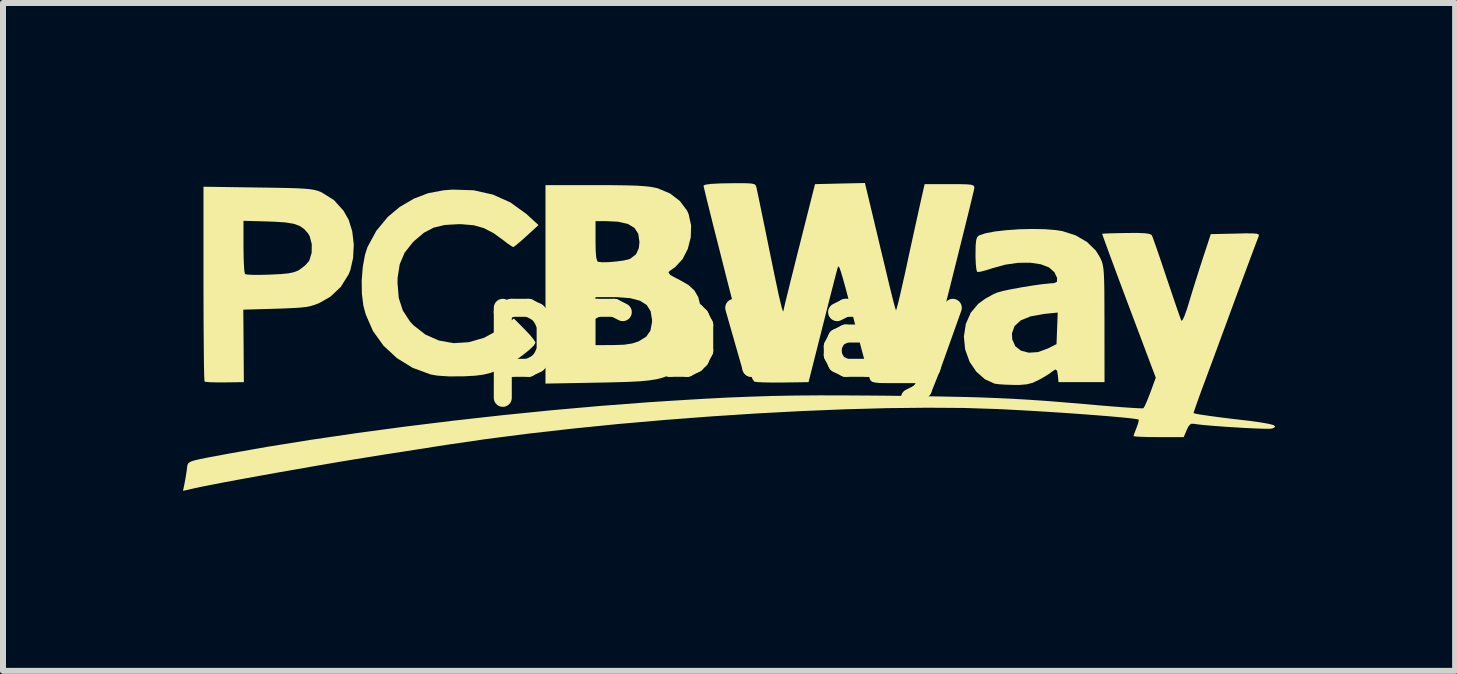
<source format=kicad_pcb>
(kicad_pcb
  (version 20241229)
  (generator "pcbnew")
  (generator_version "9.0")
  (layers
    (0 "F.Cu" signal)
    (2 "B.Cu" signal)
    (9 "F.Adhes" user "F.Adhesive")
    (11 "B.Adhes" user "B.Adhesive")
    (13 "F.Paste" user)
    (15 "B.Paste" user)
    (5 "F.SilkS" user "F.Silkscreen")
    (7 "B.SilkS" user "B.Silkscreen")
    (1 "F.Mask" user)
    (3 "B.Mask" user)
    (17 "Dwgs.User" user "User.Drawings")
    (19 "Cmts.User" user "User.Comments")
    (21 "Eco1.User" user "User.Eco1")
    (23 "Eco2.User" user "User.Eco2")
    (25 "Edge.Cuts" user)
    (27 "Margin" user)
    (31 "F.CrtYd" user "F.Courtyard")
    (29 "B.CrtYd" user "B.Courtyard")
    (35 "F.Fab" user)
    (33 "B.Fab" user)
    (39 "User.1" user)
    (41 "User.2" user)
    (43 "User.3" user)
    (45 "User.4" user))
  (footprint "pcbway"
    (layer "F.Cu")
    (at 9.008 2.402)
    (property "Reference" "pcbway" (at 0 0 0) (layer "F.SilkS") (effects (font (size 1.5 1.5) (thickness 0.3))))
    (attr board_only exclude_from_pos_files exclude_from_bom)
    (fp_poly (pts (xy -7.758 -2.327) (xy -7.485 -2.323) (xy -7.27 -2.319) (xy -7.104 -2.314) (xy -6.979 -2.307) (xy -6.886 -2.298) (xy -6.815 -2.286) (xy -6.76 -2.271) (xy -6.709 -2.251) (xy -6.697 -2.245) (xy -6.493 -2.118) (xy -6.333 -1.94) (xy -6.248 -1.791) (xy -6.188 -1.599) (xy -6.162 -1.379) (xy -6.173 -1.154) (xy -6.219 -0.951) (xy -6.246 -0.883) (xy -6.378 -0.671) (xy -6.552 -0.507) (xy -6.725 -0.408) (xy -6.801 -0.376) (xy -6.875 -0.353) (xy -6.96 -0.336) (xy -7.069 -0.324) (xy -7.216 -0.316) (xy -7.414 -0.308) (xy -7.456 -0.307) (xy -8.003 -0.291) (xy -7.998 0.313) (xy -7.994 0.917) (xy -8.312 0.921) (xy -8.451 0.921) (xy -8.564 0.918) (xy -8.634 0.911) (xy -8.649 0.907) (xy -8.652 0.871) (xy -8.656 0.775) (xy -8.659 0.625) (xy -8.661 0.428) (xy -8.663 0.191) (xy -8.665 -0.081) (xy -8.666 -0.38) (xy -8.667 -0.7) (xy -8.667 -0.725) (xy -8.667 -1.342) (xy -8 -1.342) (xy -7.998 -1.178) (xy -7.993 -1.039) (xy -7.986 -0.938) (xy -7.976 -0.887) (xy -7.975 -0.885) (xy -7.934 -0.876) (xy -7.84 -0.871) (xy -7.708 -0.871) (xy -7.562 -0.875) (xy -7.382 -0.884) (xy -7.254 -0.896) (xy -7.163 -0.915) (xy -7.094 -0.941) (xy -7.06 -0.961) (xy -6.973 -1.028) (xy -6.908 -1.102) (xy -6.902 -1.113) (xy -6.864 -1.239) (xy -6.862 -1.382) (xy -6.896 -1.513) (xy -6.923 -1.561) (xy -6.988 -1.634) (xy -7.064 -1.687) (xy -7.164 -1.723) (xy -7.301 -1.745) (xy -7.485 -1.757) (xy -7.592 -1.761) (xy -8 -1.772) (xy -8 -1.342) (xy -8.667 -1.342) (xy -8.667 -2.34)) (stroke (width 0) (type solid)) (fill yes) (layer "F.SilkS"))
    (fp_poly (pts (xy -4.165 -2.281) (xy -3.844 -2.209) (xy -3.551 -2.078) (xy -3.285 -1.886) (xy -3.259 -1.862) (xy -3.083 -1.701) (xy -3.283 -1.518) (xy -3.378 -1.433) (xy -3.455 -1.369) (xy -3.499 -1.336) (xy -3.504 -1.334) (xy -3.539 -1.353) (xy -3.608 -1.401) (xy -3.654 -1.437) (xy -3.833 -1.567) (xy -3.996 -1.651) (xy -4.164 -1.698) (xy -4.361 -1.715) (xy -4.417 -1.716) (xy -4.645 -1.703) (xy -4.831 -1.658) (xy -4.993 -1.573) (xy -5.15 -1.441) (xy -5.183 -1.408) (xy -5.315 -1.239) (xy -5.396 -1.049) (xy -5.431 -0.825) (xy -5.433 -0.733) (xy -5.412 -0.484) (xy -5.344 -0.276) (xy -5.226 -0.095) (xy -5.167 -0.031) (xy -4.967 0.125) (xy -4.74 0.224) (xy -4.496 0.267) (xy -4.244 0.251) (xy -3.992 0.178) (xy -3.75 0.047) (xy -3.699 0.011) (xy -3.494 -0.144) (xy -3.315 0.036) (xy -3.228 0.128) (xy -3.165 0.205) (xy -3.135 0.253) (xy -3.134 0.257) (xy -3.16 0.305) (xy -3.232 0.375) (xy -3.336 0.459) (xy -3.458 0.547) (xy -3.588 0.629) (xy -3.71 0.695) (xy -3.765 0.72) (xy -3.884 0.763) (xy -3.999 0.791) (xy -4.133 0.809) (xy -4.307 0.819) (xy -4.35 0.82) (xy -4.582 0.821) (xy -4.771 0.808) (xy -4.883 0.788) (xy -5.181 0.678) (xy -5.444 0.516) (xy -5.666 0.31) (xy -5.842 0.065) (xy -5.963 -0.212) (xy -6.002 -0.357) (xy -6.027 -0.556) (xy -6.03 -0.779) (xy -6.012 -1.003) (xy -5.975 -1.205) (xy -5.934 -1.333) (xy -5.787 -1.604) (xy -5.595 -1.837) (xy -5.396 -2.003) (xy -5.159 -2.142) (xy -4.923 -2.232) (xy -4.662 -2.281) (xy -4.515 -2.292)) (stroke (width 0) (type solid)) (fill yes) (layer "F.SilkS"))
    (fp_poly (pts (xy -1.848 -2.366) (xy -1.626 -2.363) (xy -1.453 -2.358) (xy -1.319 -2.349) (xy -1.214 -2.338) (xy -1.131 -2.322) (xy -1.095 -2.313) (xy -0.892 -2.228) (xy -0.726 -2.101) (xy -0.608 -1.943) (xy -0.581 -1.883) (xy -0.54 -1.695) (xy -0.546 -1.497) (xy -0.595 -1.304) (xy -0.682 -1.134) (xy -0.802 -1.004) (xy -0.831 -0.983) (xy -0.897 -0.936) (xy -0.93 -0.903) (xy -0.931 -0.9) (xy -0.902 -0.878) (xy -0.829 -0.837) (xy -0.727 -0.784) (xy -0.725 -0.783) (xy -0.585 -0.703) (xy -0.486 -0.612) (xy -0.42 -0.498) (xy -0.383 -0.349) (xy -0.368 -0.152) (xy -0.367 -0.051) (xy -0.368 0.106) (xy -0.375 0.215) (xy -0.39 0.294) (xy -0.417 0.361) (xy -0.46 0.435) (xy -0.462 0.437) (xy -0.552 0.548) (xy -0.67 0.655) (xy -0.728 0.696) (xy -0.824 0.756) (xy -0.915 0.803) (xy -1.008 0.84) (xy -1.114 0.868) (xy -1.241 0.888) (xy -1.4 0.903) (xy -1.599 0.913) (xy -1.848 0.92) (xy -2.092 0.925) (xy -2.967 0.941) (xy -2.967 -0.1) (xy -2.133 -0.1) (xy -2.133 0.3) (xy -1.842 0.299) (xy -1.658 0.293) (xy -1.521 0.272) (xy -1.411 0.236) (xy -1.411 0.235) (xy -1.288 0.159) (xy -1.218 0.058) (xy -1.192 -0.082) (xy -1.192 -0.127) (xy -1.214 -0.264) (xy -1.279 -0.368) (xy -1.392 -0.44) (xy -1.557 -0.483) (xy -1.779 -0.5) (xy -1.832 -0.5) (xy -2.133 -0.5) (xy -2.133 -0.1) (xy -2.967 -0.1) (xy -2.967 -0.713) (xy -2.967 -1.436) (xy -2.133 -1.436) (xy -2.13 -1.266) (xy -2.12 -1.155) (xy -2.103 -1.099) (xy -2.092 -1.09) (xy -2.024 -1.081) (xy -1.915 -1.083) (xy -1.788 -1.094) (xy -1.667 -1.11) (xy -1.578 -1.13) (xy -1.554 -1.14) (xy -1.458 -1.214) (xy -1.411 -1.317) (xy -1.401 -1.418) (xy -1.42 -1.554) (xy -1.484 -1.654) (xy -1.596 -1.721) (xy -1.761 -1.757) (xy -1.942 -1.766) (xy -2.133 -1.767) (xy -2.133 -1.436) (xy -2.967 -1.436) (xy -2.967 -2.367) (xy -2.127 -2.367)) (stroke (width 0) (type solid)) (fill yes) (layer "F.SilkS"))
    (fp_poly (pts (xy 5.358 -1.632) (xy 5.543 -1.617) (xy 5.648 -1.6) (xy 5.868 -1.53) (xy 6.058 -1.419) (xy 6.203 -1.278) (xy 6.263 -1.183) (xy 6.288 -1.134) (xy 6.307 -1.088) (xy 6.321 -1.036) (xy 6.332 -0.971) (xy 6.339 -0.883) (xy 6.344 -0.765) (xy 6.347 -0.608) (xy 6.348 -0.404) (xy 6.349 -0.144) (xy 6.349 -0.05) (xy 6.35 0.917) (xy 5.967 0.917) (xy 5.583 0.917) (xy 5.573 0.808) (xy 5.559 0.726) (xy 5.532 0.705) (xy 5.481 0.737) (xy 5.469 0.747) (xy 5.411 0.789) (xy 5.317 0.845) (xy 5.253 0.88) (xy 5.152 0.928) (xy 5.055 0.953) (xy 4.937 0.963) (xy 4.837 0.963) (xy 4.705 0.959) (xy 4.593 0.952) (xy 4.522 0.943) (xy 4.518 0.942) (xy 4.358 0.87) (xy 4.214 0.743) (xy 4.102 0.579) (xy 4.027 0.371) (xy 4.006 0.156) (xy 4.014 0.105) (xy 4.807 0.105) (xy 4.813 0.206) (xy 4.863 0.319) (xy 4.959 0.393) (xy 5.089 0.426) (xy 5.24 0.416) (xy 5.401 0.358) (xy 5.55 0.283) (xy 5.56 0.02) (xy 5.57 -0.243) (xy 5.343 -0.22) (xy 5.119 -0.18) (xy 4.954 -0.113) (xy 4.85 -0.017) (xy 4.807 0.105) (xy 4.014 0.105) (xy 4.038 -0.053) (xy 4.121 -0.241) (xy 4.246 -0.389) (xy 4.364 -0.475) (xy 4.5 -0.55) (xy 4.564 -0.577) (xy 4.662 -0.604) (xy 4.806 -0.634) (xy 4.977 -0.665) (xy 5.156 -0.694) (xy 5.322 -0.717) (xy 5.456 -0.73) (xy 5.508 -0.733) (xy 5.557 -0.756) (xy 5.56 -0.819) (xy 5.517 -0.911) (xy 5.514 -0.916) (xy 5.425 -0.995) (xy 5.286 -1.048) (xy 5.11 -1.074) (xy 4.909 -1.072) (xy 4.695 -1.041) (xy 4.503 -0.988) (xy 4.383 -0.95) (xy 4.287 -0.925) (xy 4.233 -0.919) (xy 4.228 -0.92) (xy 4.215 -0.959) (xy 4.205 -1.048) (xy 4.2 -1.17) (xy 4.2 -1.217) (xy 4.202 -1.36) (xy 4.211 -1.449) (xy 4.228 -1.501) (xy 4.257 -1.527) (xy 4.258 -1.528) (xy 4.364 -1.564) (xy 4.522 -1.594) (xy 4.715 -1.616) (xy 4.929 -1.631) (xy 5.148 -1.636)) (stroke (width 0) (type solid)) (fill yes) (layer "F.SilkS"))
    (fp_poly (pts (xy 2.499 -1.809) (xy 2.555 -1.575) (xy 2.615 -1.321) (xy 2.675 -1.072) (xy 2.728 -0.851) (xy 2.75 -0.756) (xy 2.791 -0.59) (xy 2.826 -0.449) (xy 2.854 -0.344) (xy 2.872 -0.287) (xy 2.875 -0.281) (xy 2.885 -0.308) (xy 2.908 -0.392) (xy 2.94 -0.524) (xy 2.979 -0.695) (xy 3.025 -0.898) (xy 3.063 -1.075) (xy 3.115 -1.315) (xy 3.166 -1.548) (xy 3.213 -1.762) (xy 3.253 -1.943) (xy 3.283 -2.079) (xy 3.295 -2.133) (xy 3.352 -2.383) (xy 3.768 -2.383) (xy 3.94 -2.383) (xy 4.057 -2.38) (xy 4.128 -2.373) (xy 4.165 -2.36) (xy 4.179 -2.34) (xy 4.18 -2.317) (xy 4.171 -2.274) (xy 4.147 -2.174) (xy 4.111 -2.023) (xy 4.063 -1.828) (xy 4.006 -1.597) (xy 3.941 -1.336) (xy 3.87 -1.052) (xy 3.795 -0.752) (xy 3.717 -0.443) (xy 3.638 -0.133) (xy 3.56 0.173) (xy 3.485 0.467) (xy 3.414 0.741) (xy 3.397 0.808) (xy 3.364 0.933) (xy 2.915 0.933) (xy 2.734 0.933) (xy 2.609 0.931) (xy 2.528 0.924) (xy 2.48 0.912) (xy 2.454 0.892) (xy 2.438 0.863) (xy 2.435 0.853) (xy 2.418 0.799) (xy 2.387 0.69) (xy 2.346 0.537) (xy 2.296 0.352) (xy 2.242 0.143) (xy 2.217 0.045) (xy 2.139 -0.254) (xy 2.076 -0.495) (xy 2.026 -0.682) (xy 1.987 -0.821) (xy 1.958 -0.918) (xy 1.937 -0.978) (xy 1.922 -1.007) (xy 1.911 -1.01) (xy 1.906 -1) (xy 1.893 -0.956) (xy 1.867 -0.856) (xy 1.829 -0.708) (xy 1.781 -0.522) (xy 1.726 -0.305) (xy 1.666 -0.068) (xy 1.653 -0.017) (xy 1.417 0.917) (xy 0.982 0.923) (xy 0.817 0.924) (xy 0.674 0.921) (xy 0.569 0.916) (xy 0.514 0.908) (xy 0.511 0.906) (xy 0.481 0.861) (xy 0.453 0.779) (xy 0.451 0.767) (xy 0.437 0.711) (xy 0.409 0.598) (xy 0.369 0.434) (xy 0.316 0.227) (xy 0.255 -0.017) (xy 0.186 -0.29) (xy 0.111 -0.585) (xy 0.046 -0.837) (xy -0.031 -1.142) (xy -0.103 -1.427) (xy -0.169 -1.686) (xy -0.225 -1.912) (xy -0.272 -2.099) (xy -0.306 -2.24) (xy -0.327 -2.329) (xy -0.333 -2.359) (xy -0.301 -2.374) (xy -0.207 -2.387) (xy -0.057 -2.395) (xy 0.099 -2.398) (xy 0.276 -2.399) (xy 0.397 -2.398) (xy 0.473 -2.392) (xy 0.517 -2.381) (xy 0.538 -2.361) (xy 0.548 -2.331) (xy 0.549 -2.326) (xy 0.56 -2.275) (xy 0.583 -2.168) (xy 0.615 -2.012) (xy 0.655 -1.818) (xy 0.701 -1.594) (xy 0.751 -1.349) (xy 0.767 -1.269) (xy 0.83 -0.964) (xy 0.881 -0.719) (xy 0.921 -0.532) (xy 0.953 -0.397) (xy 0.975 -0.31) (xy 0.99 -0.268) (xy 0.999 -0.265) (xy 1.001 -0.286) (xy 1.01 -0.325) (xy 1.032 -0.42) (xy 1.068 -0.564) (xy 1.113 -0.749) (xy 1.168 -0.967) (xy 1.228 -1.209) (xy 1.264 -1.35) (xy 1.525 -2.383) (xy 1.941 -2.393) (xy 2.357 -2.402)) (stroke (width 0) (type solid)) (fill yes) (layer "F.SilkS"))
    (fp_poly (pts (xy 7.019 -1.565) (xy 7.095 -1.555) (xy 7.133 -1.537) (xy 7.139 -1.529) (xy 7.157 -1.485) (xy 7.192 -1.387) (xy 7.241 -1.247) (xy 7.3 -1.073) (xy 7.366 -0.877) (xy 7.386 -0.817) (xy 7.454 -0.616) (xy 7.515 -0.435) (xy 7.567 -0.284) (xy 7.606 -0.173) (xy 7.628 -0.113) (xy 7.631 -0.107) (xy 7.65 -0.117) (xy 7.681 -0.182) (xy 7.721 -0.293) (xy 7.751 -0.39) (xy 7.802 -0.558) (xy 7.865 -0.761) (xy 7.932 -0.972) (xy 7.984 -1.133) (xy 8.121 -1.55) (xy 8.531 -1.559) (xy 8.702 -1.563) (xy 8.817 -1.562) (xy 8.885 -1.557) (xy 8.917 -1.546) (xy 8.923 -1.527) (xy 8.917 -1.509) (xy 8.881 -1.416) (xy 8.824 -1.264) (xy 8.746 -1.056) (xy 8.649 -0.795) (xy 8.535 -0.486) (xy 8.448 -0.25) (xy 8.359 -0.008) (xy 8.264 0.249) (xy 8.171 0.503) (xy 8.085 0.733) (xy 8.016 0.92) (xy 8.012 0.93) (xy 7.95 1.097) (xy 7.898 1.242) (xy 7.859 1.353) (xy 7.837 1.419) (xy 7.833 1.432) (xy 7.865 1.442) (xy 7.953 1.458) (xy 8.088 1.478) (xy 8.259 1.501) (xy 8.458 1.526) (xy 8.517 1.533) (xy 8.766 1.562) (xy 8.953 1.588) (xy 9.084 1.611) (xy 9.162 1.631) (xy 9.193 1.651) (xy 9.182 1.672) (xy 9.144 1.69) (xy 9.096 1.694) (xy 8.995 1.693) (xy 8.853 1.688) (xy 8.684 1.68) (xy 8.502 1.669) (xy 8.318 1.657) (xy 8.146 1.644) (xy 7.999 1.631) (xy 7.891 1.619) (xy 7.843 1.611) (xy 7.789 1.611) (xy 7.749 1.654) (xy 7.72 1.713) (xy 7.67 1.833) (xy 7.252 1.833) (xy 7.094 1.832) (xy 6.963 1.828) (xy 6.872 1.823) (xy 6.834 1.816) (xy 6.833 1.816) (xy 6.845 1.776) (xy 6.874 1.701) (xy 6.884 1.677) (xy 6.912 1.597) (xy 6.921 1.547) (xy 6.919 1.541) (xy 6.879 1.532) (xy 6.782 1.519) (xy 6.634 1.504) (xy 6.444 1.487) (xy 6.22 1.469) (xy 5.971 1.45) (xy 5.704 1.431) (xy 5.428 1.413) (xy 5.151 1.396) (xy 4.882 1.381) (xy 4.627 1.368) (xy 4.567 1.365) (xy 4.009 1.347) (xy 3.395 1.343) (xy 2.733 1.35) (xy 2.031 1.369) (xy 1.3 1.399) (xy 0.546 1.439) (xy -0.221 1.489) (xy -0.992 1.548) (xy -1.758 1.615) (xy -2.512 1.691) (xy -3.243 1.774) (xy -3.945 1.864) (xy -4.606 1.96) (xy -4.85 1.998) (xy -4.952 2.015) (xy -5.103 2.038) (xy -5.287 2.067) (xy -5.489 2.098) (xy -5.617 2.118) (xy -5.861 2.157) (xy -6.141 2.202) (xy -6.447 2.253) (xy -6.769 2.308) (xy -7.099 2.366) (xy -7.427 2.423) (xy -7.744 2.48) (xy -8.04 2.534) (xy -8.306 2.583) (xy -8.532 2.627) (xy -8.71 2.662) (xy -8.812 2.684) (xy -9.008 2.729) (xy -8.986 2.623) (xy -8.966 2.517) (xy -8.947 2.396) (xy -8.945 2.378) (xy -8.939 2.33) (xy -8.933 2.294) (xy -8.917 2.266) (xy -8.883 2.243) (xy -8.823 2.222) (xy -8.727 2.2) (xy -8.588 2.172) (xy -8.397 2.137) (xy -8.267 2.112) (xy -7.599 1.994) (xy -6.877 1.878) (xy -6.112 1.766) (xy -5.316 1.659) (xy -4.501 1.559) (xy -3.679 1.467) (xy -2.862 1.385) (xy -2.062 1.314) (xy -1.291 1.255) (xy -1.25 1.252) (xy -0.77 1.221) (xy -0.337 1.195) (xy 0.063 1.174) (xy 0.443 1.159) (xy 0.818 1.147) (xy 1.199 1.14) (xy 1.601 1.137) (xy 2.038 1.138) (xy 2.522 1.141) (xy 2.732 1.143) (xy 3.183 1.149) (xy 3.578 1.155) (xy 3.928 1.162) (xy 4.243 1.17) (xy 4.533 1.181) (xy 4.811 1.194) (xy 5.086 1.21) (xy 5.369 1.229) (xy 5.67 1.253) (xy 6.001 1.281) (xy 6.228 1.301) (xy 6.444 1.319) (xy 6.638 1.334) (xy 6.8 1.345) (xy 6.919 1.352) (xy 6.987 1.353) (xy 6.998 1.351) (xy 7.021 1.314) (xy 7.058 1.231) (xy 7.103 1.117) (xy 7.114 1.089) (xy 7.204 0.842) (xy 6.754 -0.353) (xy 6.654 -0.62) (xy 6.562 -0.866) (xy 6.481 -1.085) (xy 6.413 -1.27) (xy 6.36 -1.415) (xy 6.325 -1.512) (xy 6.312 -1.554) (xy 6.311 -1.556) (xy 6.345 -1.559) (xy 6.433 -1.563) (xy 6.561 -1.566) (xy 6.715 -1.569) (xy 6.717 -1.569) (xy 6.896 -1.57)) (stroke (width 0) (type solid)) (fill yes) (layer "F.SilkS")))
  (gr_rect
    (start -3 -3)
    (end 21.201 8.131)
    (stroke (width 0.1) (type default))
    (fill no)
    (layer "Edge.Cuts")))
</source>
